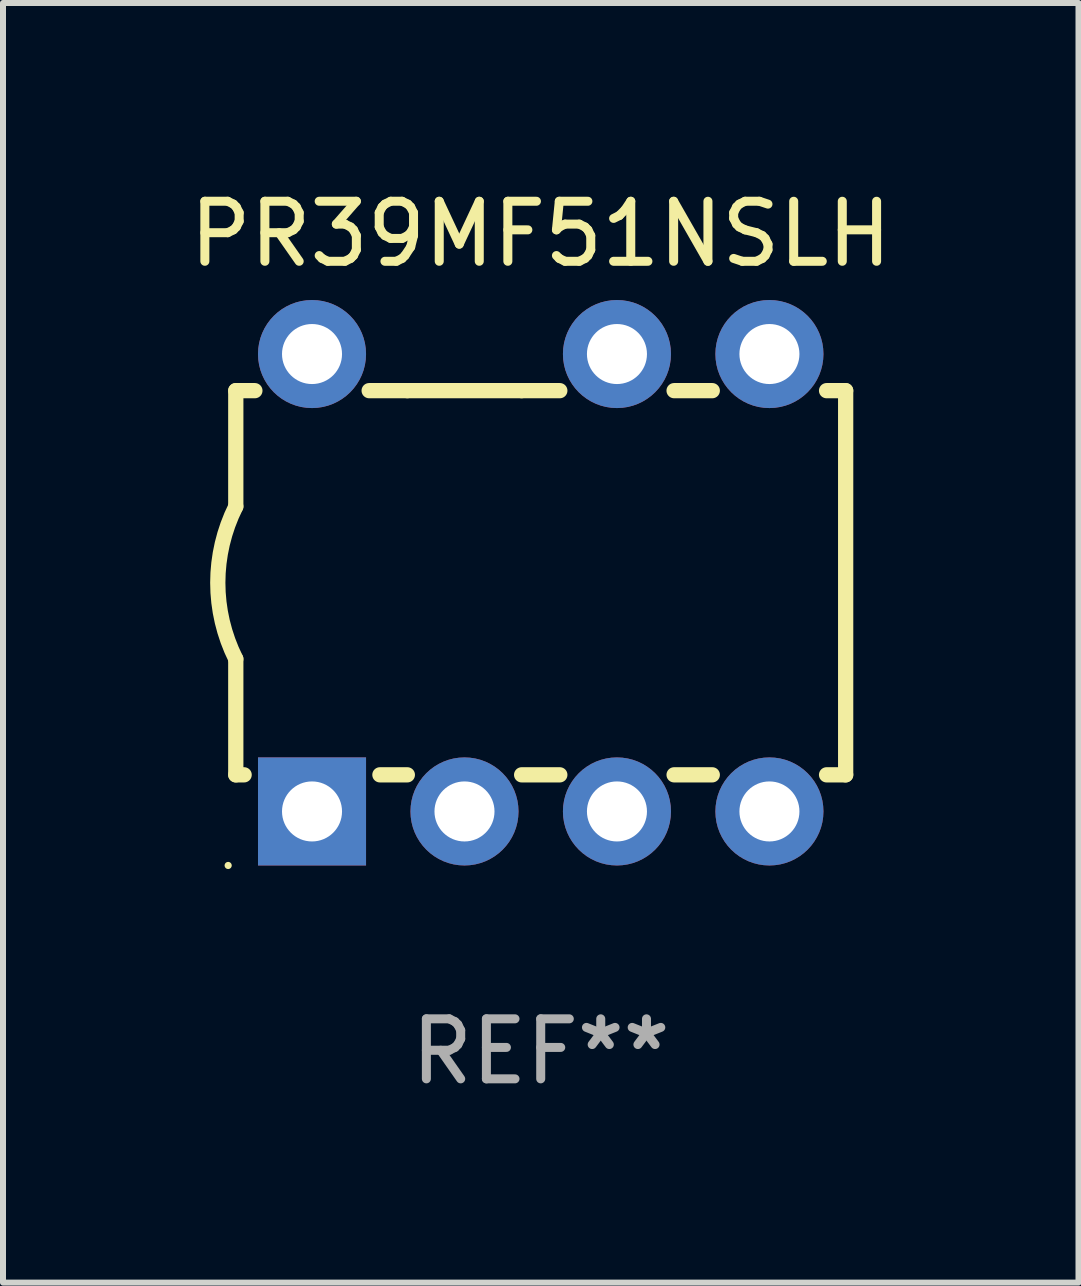
<source format=kicad_pcb>
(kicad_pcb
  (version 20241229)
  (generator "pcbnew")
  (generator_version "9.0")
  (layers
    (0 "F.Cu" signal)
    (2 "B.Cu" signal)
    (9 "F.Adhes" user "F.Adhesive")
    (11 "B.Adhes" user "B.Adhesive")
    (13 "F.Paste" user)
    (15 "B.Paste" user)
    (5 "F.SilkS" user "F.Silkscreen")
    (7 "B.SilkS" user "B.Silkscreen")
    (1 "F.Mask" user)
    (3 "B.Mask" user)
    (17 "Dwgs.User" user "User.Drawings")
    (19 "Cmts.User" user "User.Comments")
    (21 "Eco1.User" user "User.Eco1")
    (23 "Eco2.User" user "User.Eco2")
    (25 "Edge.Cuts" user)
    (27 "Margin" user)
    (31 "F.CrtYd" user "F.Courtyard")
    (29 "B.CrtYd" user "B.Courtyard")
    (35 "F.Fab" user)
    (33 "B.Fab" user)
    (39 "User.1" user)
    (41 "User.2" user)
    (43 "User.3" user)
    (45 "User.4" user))
  (footprint "PR39MF51NSLH"
    (layer "F.Cu")
    (at 5.958 6.658)
    (property "Reference" "PR39MF51NSLH" (at 0 -5.81 0) (layer "F.SilkS") (effects (font (size 1 1) (thickness 0.15))))
    (attr through_hole)
    (fp_line (start -5.08 -3.2) (end -4.762 -3.2) (stroke (width 0.254) (type solid)) (layer "F.SilkS"))
    (fp_line (start -5.08 -1.27) (end -5.08 -3.2) (stroke (width 0.254) (type solid)) (layer "F.SilkS"))
    (fp_line (start -5.08 3.2) (end -5.08 1.27) (stroke (width 0.254) (type solid)) (layer "F.SilkS"))
    (fp_line (start -5.08 3.2) (end -4.941 3.2) (stroke (width 0.254) (type solid)) (layer "F.SilkS"))
    (fp_line (start -2.858 -3.2) (end -2.222 -3.2) (stroke (width 0.254) (type solid)) (layer "F.SilkS"))
    (fp_line (start -2.679 3.2) (end -2.222 3.2) (stroke (width 0.254) (type solid)) (layer "F.SilkS"))
    (fp_line (start -2.222 -3.2) (end -0.318 -3.2) (stroke (width 0.254) (type solid)) (layer "F.SilkS"))
    (fp_line (start -0.318 -3.2) (end 0.318 -3.2) (stroke (width 0.254) (type solid)) (layer "F.SilkS"))
    (fp_line (start -0.318 3.2) (end 0.318 3.2) (stroke (width 0.254) (type solid)) (layer "F.SilkS"))
    (fp_line (start 2.222 -3.2) (end 2.858 -3.2) (stroke (width 0.254) (type solid)) (layer "F.SilkS"))
    (fp_line (start 2.222 3.2) (end 2.858 3.2) (stroke (width 0.254) (type solid)) (layer "F.SilkS"))
    (fp_line (start 4.762 -3.2) (end 5.08 -3.2) (stroke (width 0.254) (type solid)) (layer "F.SilkS"))
    (fp_line (start 4.762 3.2) (end 5.08 3.2) (stroke (width 0.254) (type solid)) (layer "F.SilkS"))
    (fp_line (start 5.08 3.2) (end 5.08 -3.2) (stroke (width 0.254) (type solid)) (layer "F.SilkS"))
    (fp_arc (start -5.080011 1.270002) (mid -5.379818 -0.000001) (end -5.08001 -1.270003) (stroke (width 0.254001) (type solid)) (layer "F.SilkS"))
    (fp_circle (center -5.207 4.71) (end -5.177 4.71) (stroke (width 0.06) (type solid)) (fill no) (layer "F.SilkS"))
    (fp_text user "REF**" (at 0 7.81 0) (layer "F.Fab") (effects (font (size 1 1) (thickness 0.15))))
    (pad "1" thru_hole rect (at -3.81 3.81) (size 1.8 1.8) (drill 1) (layers "*.Cu" "*.Mask"))
    (pad "2" thru_hole circle (at -1.27 3.81) (size 1.8 1.8) (drill 1) (layers "*.Cu" "*.Mask"))
    (pad "3" thru_hole circle (at 1.27 3.81) (size 1.8 1.8) (drill 1) (layers "*.Cu" "*.Mask"))
    (pad "4" thru_hole circle (at 3.81 3.81) (size 1.8 1.8) (drill 1) (layers "*.Cu" "*.Mask"))
    (pad "5" thru_hole circle (at 3.81 -3.81) (size 1.8 1.8) (drill 1) (layers "*.Cu" "*.Mask"))
    (pad "6" thru_hole circle (at 1.27 -3.81) (size 1.8 1.8) (drill 1) (layers "*.Cu" "*.Mask"))
    (pad "8" thru_hole circle (at -3.81 -3.81) (size 1.8 1.8) (drill 1) (layers "*.Cu" "*.Mask")))
  (gr_rect
    (start -3 -3)
    (end 14.917 18.317)
    (stroke (width 0.1) (type default))
    (fill no)
    (layer "Edge.Cuts")))
</source>
